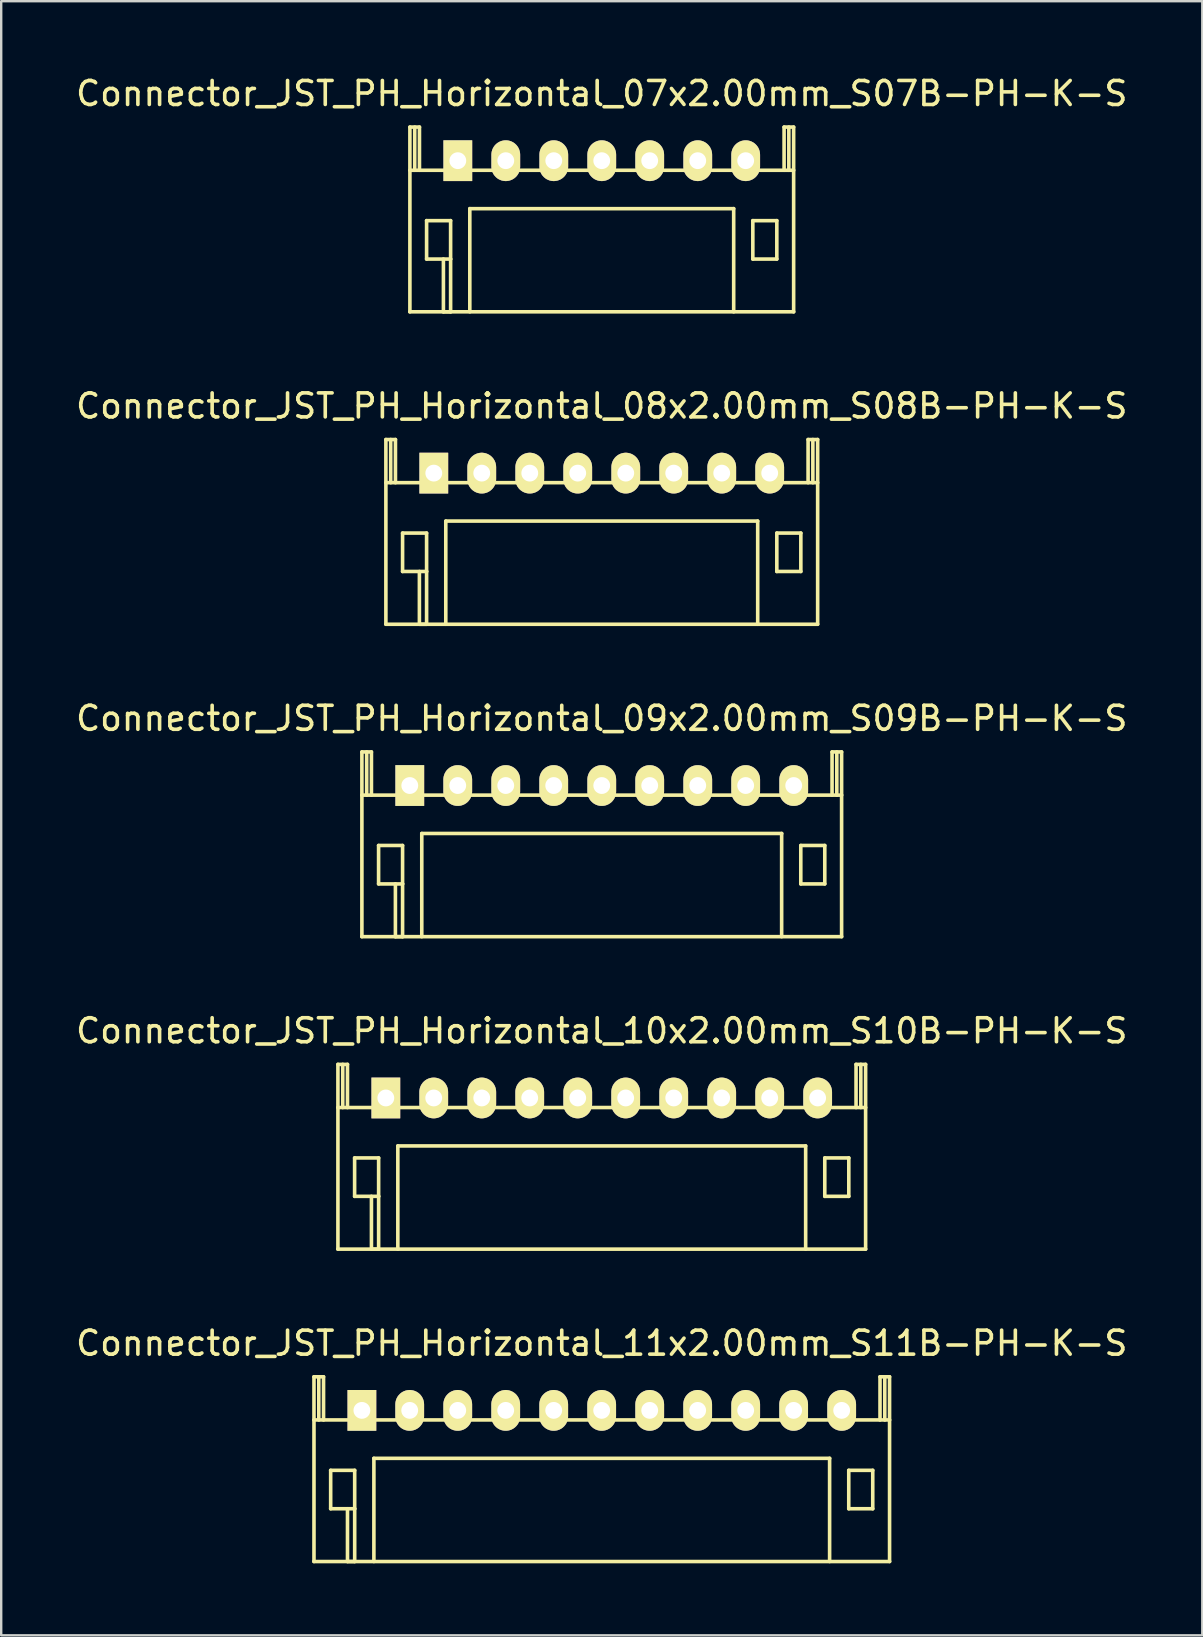
<source format=kicad_pcb>
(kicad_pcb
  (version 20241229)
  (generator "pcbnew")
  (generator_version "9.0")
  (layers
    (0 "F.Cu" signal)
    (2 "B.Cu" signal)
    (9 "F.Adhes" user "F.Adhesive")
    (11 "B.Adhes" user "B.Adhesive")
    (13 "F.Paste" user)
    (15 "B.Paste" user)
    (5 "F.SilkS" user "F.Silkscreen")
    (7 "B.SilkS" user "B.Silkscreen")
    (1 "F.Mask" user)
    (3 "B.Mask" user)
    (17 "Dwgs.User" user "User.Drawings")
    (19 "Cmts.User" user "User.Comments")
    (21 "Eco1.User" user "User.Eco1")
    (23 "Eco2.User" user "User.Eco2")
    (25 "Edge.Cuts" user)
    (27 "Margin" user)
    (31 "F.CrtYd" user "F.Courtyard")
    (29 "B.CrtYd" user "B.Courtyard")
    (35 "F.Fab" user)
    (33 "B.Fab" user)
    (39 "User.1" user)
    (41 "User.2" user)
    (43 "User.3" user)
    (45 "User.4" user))
  (footprint "Connector_JST_PH_Horizontal_09x2.00mm_S09B-PH-K-S"
    (layer "F.Cu")
    (at 14.03 29.69)
    (property "Reference" "Connector_JST_PH_Horizontal_09x2.00mm_S09B-PH-K-S" (at 8 -2.799 0) (layer "F.SilkS") (effects (font (size 1 1) (thickness 0.15))))
    (attr through_hole)
    (fp_line (start -2 0.399) (end 18 0.399) (stroke (width 0.15) (type solid)) (layer "F.SilkS"))
    (fp_line (start -1.997 -1.4) (end -1.997 6.299) (stroke (width 0.15) (type solid)) (layer "F.SilkS"))
    (fp_line (start -1.797 -1.4) (end -1.797 0.399) (stroke (width 0.15) (type solid)) (layer "F.SilkS"))
    (fp_line (start -1.599 -1.4) (end -1.997 -1.4) (stroke (width 0.15) (type solid)) (layer "F.SilkS"))
    (fp_line (start -1.599 0.399) (end -1.599 -1.4) (stroke (width 0.15) (type solid)) (layer "F.SilkS"))
    (fp_line (start -1.301 2.499) (end -0.301 2.499) (stroke (width 0.15) (type solid)) (layer "F.SilkS"))
    (fp_line (start -1.301 4.1) (end -1.301 2.499) (stroke (width 0.15) (type solid)) (layer "F.SilkS"))
    (fp_line (start -0.6 6.299) (end -0.6 4.1) (stroke (width 0.15) (type solid)) (layer "F.SilkS"))
    (fp_line (start -0.301 2.499) (end -0.301 4.1) (stroke (width 0.15) (type solid)) (layer "F.SilkS"))
    (fp_line (start -0.301 4.1) (end -1.301 4.1) (stroke (width 0.15) (type solid)) (layer "F.SilkS"))
    (fp_line (start -0.301 4.1) (end -0.301 6.299) (stroke (width 0.15) (type solid)) (layer "F.SilkS"))
    (fp_line (start -0.301 6.299) (end -0.6 6.299) (stroke (width 0.15) (type solid)) (layer "F.SilkS"))
    (fp_line (start 0.499 1.999) (end 0.499 6.299) (stroke (width 0.15) (type solid)) (layer "F.SilkS"))
    (fp_line (start 0.499 1.999) (end 15.501 1.999) (stroke (width 0.15) (type solid)) (layer "F.SilkS"))
    (fp_line (start 15.498 1.999) (end 15.498 6.299) (stroke (width 0.15) (type solid)) (layer "F.SilkS"))
    (fp_line (start 16.296 2.499) (end 17.296 2.499) (stroke (width 0.15) (type solid)) (layer "F.SilkS"))
    (fp_line (start 16.296 4.1) (end 16.296 2.499) (stroke (width 0.15) (type solid)) (layer "F.SilkS"))
    (fp_line (start 17.296 2.499) (end 17.296 4.1) (stroke (width 0.15) (type solid)) (layer "F.SilkS"))
    (fp_line (start 17.296 4.1) (end 16.296 4.1) (stroke (width 0.15) (type solid)) (layer "F.SilkS"))
    (fp_line (start 17.599 -1.4) (end 17.599 0.399) (stroke (width 0.15) (type solid)) (layer "F.SilkS"))
    (fp_line (start 17.797 -1.4) (end 17.797 0.399) (stroke (width 0.15) (type solid)) (layer "F.SilkS"))
    (fp_line (start 17.997 -1.4) (end 17.599 -1.4) (stroke (width 0.15) (type solid)) (layer "F.SilkS"))
    (fp_line (start 17.997 6.299) (end 17.997 -1.4) (stroke (width 0.15) (type solid)) (layer "F.SilkS"))
    (fp_line (start 18 6.299) (end -2 6.299) (stroke (width 0.15) (type solid)) (layer "F.SilkS"))
    (pad "1" thru_hole rect (at -0.001 0) (size 1.199 1.699) (drill 0.701) (layers "*.Cu" "*.Mask" "F.SilkS"))
    (pad "2" thru_hole oval (at 1.998 0) (size 1.199 1.699) (drill 0.701) (layers "*.Cu" "*.Mask" "F.SilkS"))
    (pad "3" thru_hole oval (at 3.999 0) (size 1.199 1.699) (drill 0.701) (layers "*.Cu" "*.Mask" "F.SilkS"))
    (pad "4" thru_hole oval (at 5.998 0) (size 1.199 1.699) (drill 0.701) (layers "*.Cu" "*.Mask" "F.SilkS"))
    (pad "5" thru_hole oval (at 8 0) (size 1.199 1.699) (drill 0.701) (layers "*.Cu" "*.Mask" "F.SilkS"))
    (pad "6" thru_hole oval (at 9.999 0) (size 1.199 1.699) (drill 0.701) (layers "*.Cu" "*.Mask" "F.SilkS"))
    (pad "7" thru_hole oval (at 12.001 0) (size 1.199 1.699) (drill 0.701) (layers "*.Cu" "*.Mask" "F.SilkS"))
    (pad "8" thru_hole oval (at 13.999 0) (size 1.199 1.699) (drill 0.701) (layers "*.Cu" "*.Mask" "F.SilkS"))
    (pad "9" thru_hole oval (at 16.001 0) (size 1.199 1.699) (drill 0.701) (layers "*.Cu" "*.Mask" "F.SilkS")))
  (footprint "Connector_JST_PH_Horizontal_10x2.00mm_S10B-PH-K-S"
    (layer "F.Cu")
    (at 13.03 42.712)
    (property "Reference" "Connector_JST_PH_Horizontal_10x2.00mm_S10B-PH-K-S" (at 9 -2.799 0) (layer "F.SilkS") (effects (font (size 1 1) (thickness 0.15))))
    (attr through_hole)
    (fp_line (start -2.001 0.399) (end 20.001 0.399) (stroke (width 0.15) (type solid)) (layer "F.SilkS"))
    (fp_line (start -2.001 6.299) (end 20.001 6.299) (stroke (width 0.15) (type solid)) (layer "F.SilkS"))
    (fp_line (start -1.996 -1.4) (end -1.996 6.299) (stroke (width 0.15) (type solid)) (layer "F.SilkS"))
    (fp_line (start -1.795 -1.4) (end -1.795 0.399) (stroke (width 0.15) (type solid)) (layer "F.SilkS"))
    (fp_line (start -1.597 -1.4) (end -1.996 -1.4) (stroke (width 0.15) (type solid)) (layer "F.SilkS"))
    (fp_line (start -1.597 0.399) (end -1.597 -1.4) (stroke (width 0.15) (type solid)) (layer "F.SilkS"))
    (fp_line (start -1.3 2.499) (end -0.299 2.499) (stroke (width 0.15) (type solid)) (layer "F.SilkS"))
    (fp_line (start -1.3 4.1) (end -1.3 2.499) (stroke (width 0.15) (type solid)) (layer "F.SilkS"))
    (fp_line (start -0.599 6.299) (end -0.599 4.1) (stroke (width 0.15) (type solid)) (layer "F.SilkS"))
    (fp_line (start -0.299 2.499) (end -0.299 4.1) (stroke (width 0.15) (type solid)) (layer "F.SilkS"))
    (fp_line (start -0.299 4.1) (end -1.3 4.1) (stroke (width 0.15) (type solid)) (layer "F.SilkS"))
    (fp_line (start -0.299 4.1) (end -0.299 6.299) (stroke (width 0.15) (type solid)) (layer "F.SilkS"))
    (fp_line (start -0.299 6.299) (end -0.599 6.299) (stroke (width 0.15) (type solid)) (layer "F.SilkS"))
    (fp_line (start 0.501 1.999) (end 0.501 6.299) (stroke (width 0.15) (type solid)) (layer "F.SilkS"))
    (fp_line (start 17.499 1.999) (end 0.501 1.999) (stroke (width 0.15) (type solid)) (layer "F.SilkS"))
    (fp_line (start 17.499 1.999) (end 17.499 6.299) (stroke (width 0.15) (type solid)) (layer "F.SilkS"))
    (fp_line (start 18.296 2.499) (end 19.297 2.499) (stroke (width 0.15) (type solid)) (layer "F.SilkS"))
    (fp_line (start 18.296 4.1) (end 18.296 2.499) (stroke (width 0.15) (type solid)) (layer "F.SilkS"))
    (fp_line (start 19.297 2.499) (end 19.297 4.1) (stroke (width 0.15) (type solid)) (layer "F.SilkS"))
    (fp_line (start 19.297 4.1) (end 18.296 4.1) (stroke (width 0.15) (type solid)) (layer "F.SilkS"))
    (fp_line (start 19.599 -1.4) (end 19.599 0.399) (stroke (width 0.15) (type solid)) (layer "F.SilkS"))
    (fp_line (start 19.798 -1.4) (end 19.798 0.399) (stroke (width 0.15) (type solid)) (layer "F.SilkS"))
    (fp_line (start 19.998 -1.4) (end 19.599 -1.4) (stroke (width 0.15) (type solid)) (layer "F.SilkS"))
    (fp_line (start 19.998 6.299) (end 19.998 -1.4) (stroke (width 0.15) (type solid)) (layer "F.SilkS"))
    (pad "1" thru_hole rect (at 0.001 0) (size 1.199 1.699) (drill 0.701) (layers "*.Cu" "*.Mask" "F.SilkS"))
    (pad "2" thru_hole oval (at 1.997 0) (size 1.199 1.699) (drill 0.701) (layers "*.Cu" "*.Mask" "F.SilkS"))
    (pad "3" thru_hole oval (at 3.999 0) (size 1.199 1.699) (drill 0.701) (layers "*.Cu" "*.Mask" "F.SilkS"))
    (pad "4" thru_hole oval (at 5.998 0) (size 1.199 1.699) (drill 0.701) (layers "*.Cu" "*.Mask" "F.SilkS"))
    (pad "5" thru_hole oval (at 7.999 0) (size 1.199 1.699) (drill 0.701) (layers "*.Cu" "*.Mask" "F.SilkS"))
    (pad "6" thru_hole oval (at 9.998 0) (size 1.199 1.699) (drill 0.701) (layers "*.Cu" "*.Mask" "F.SilkS"))
    (pad "7" thru_hole oval (at 12 0) (size 1.199 1.699) (drill 0.701) (layers "*.Cu" "*.Mask" "F.SilkS"))
    (pad "8" thru_hole oval (at 13.999 0) (size 1.199 1.699) (drill 0.701) (layers "*.Cu" "*.Mask" "F.SilkS"))
    (pad "9" thru_hole oval (at 16 0) (size 1.199 1.699) (drill 0.701) (layers "*.Cu" "*.Mask" "F.SilkS"))
    (pad "10" thru_hole oval (at 17.999 0) (size 1.199 1.699) (drill 0.701) (layers "*.Cu" "*.Mask" "F.SilkS")))
  (footprint "Connector_JST_PH_Horizontal_08x2.00mm_S08B-PH-K-S"
    (layer "F.Cu")
    (at 15.03 16.669)
    (property "Reference" "Connector_JST_PH_Horizontal_08x2.00mm_S08B-PH-K-S" (at 7 -2.799 0) (layer "F.SilkS") (effects (font (size 1 1) (thickness 0.15))))
    (attr through_hole)
    (fp_line (start -1.999 0.399) (end 15.999 0.399) (stroke (width 0.15) (type solid)) (layer "F.SilkS"))
    (fp_line (start -1.997 -1.4) (end -1.997 6.299) (stroke (width 0.15) (type solid)) (layer "F.SilkS"))
    (fp_line (start -1.796 -1.4) (end -1.796 0.399) (stroke (width 0.15) (type solid)) (layer "F.SilkS"))
    (fp_line (start -1.598 -1.4) (end -1.997 -1.4) (stroke (width 0.15) (type solid)) (layer "F.SilkS"))
    (fp_line (start -1.598 0.399) (end -1.598 -1.4) (stroke (width 0.15) (type solid)) (layer "F.SilkS"))
    (fp_line (start -1.301 2.499) (end -0.3 2.499) (stroke (width 0.15) (type solid)) (layer "F.SilkS"))
    (fp_line (start -1.301 4.1) (end -1.301 2.499) (stroke (width 0.15) (type solid)) (layer "F.SilkS"))
    (fp_line (start -0.6 6.299) (end -0.6 4.1) (stroke (width 0.15) (type solid)) (layer "F.SilkS"))
    (fp_line (start -0.3 2.499) (end -0.3 4.1) (stroke (width 0.15) (type solid)) (layer "F.SilkS"))
    (fp_line (start -0.3 4.1) (end -1.301 4.1) (stroke (width 0.15) (type solid)) (layer "F.SilkS"))
    (fp_line (start -0.3 4.1) (end -0.3 6.299) (stroke (width 0.15) (type solid)) (layer "F.SilkS"))
    (fp_line (start -0.3 6.299) (end -0.6 6.299) (stroke (width 0.15) (type solid)) (layer "F.SilkS"))
    (fp_line (start 0.5 1.999) (end 0.5 6.299) (stroke (width 0.15) (type solid)) (layer "F.SilkS"))
    (fp_line (start 0.5 1.999) (end 13.5 1.999) (stroke (width 0.15) (type solid)) (layer "F.SilkS"))
    (fp_line (start 13.5 1.999) (end 13.5 6.299) (stroke (width 0.15) (type solid)) (layer "F.SilkS"))
    (fp_line (start 14.297 2.499) (end 15.298 2.499) (stroke (width 0.15) (type solid)) (layer "F.SilkS"))
    (fp_line (start 14.297 4.1) (end 14.297 2.499) (stroke (width 0.15) (type solid)) (layer "F.SilkS"))
    (fp_line (start 15.298 2.499) (end 15.298 4.1) (stroke (width 0.15) (type solid)) (layer "F.SilkS"))
    (fp_line (start 15.298 4.1) (end 14.297 4.1) (stroke (width 0.15) (type solid)) (layer "F.SilkS"))
    (fp_line (start 15.6 -1.4) (end 15.6 0.399) (stroke (width 0.15) (type solid)) (layer "F.SilkS"))
    (fp_line (start 15.799 -1.4) (end 15.799 0.399) (stroke (width 0.15) (type solid)) (layer "F.SilkS"))
    (fp_line (start 15.999 -1.4) (end 15.6 -1.4) (stroke (width 0.15) (type solid)) (layer "F.SilkS"))
    (fp_line (start 15.999 6.299) (end -1.999 6.299) (stroke (width 0.15) (type solid)) (layer "F.SilkS"))
    (fp_line (start 15.999 6.299) (end 15.999 -1.4) (stroke (width 0.15) (type solid)) (layer "F.SilkS"))
    (pad "1" thru_hole rect (at -0.00024 0) (size 1.199 1.699) (drill 0.701) (layers "*.Cu" "*.Mask" "F.SilkS"))
    (pad "2" thru_hole oval (at 1.999 0) (size 1.199 1.699) (drill 0.701) (layers "*.Cu" "*.Mask" "F.SilkS"))
    (pad "3" thru_hole oval (at 4 0) (size 1.199 1.699) (drill 0.701) (layers "*.Cu" "*.Mask" "F.SilkS"))
    (pad "4" thru_hole oval (at 5.999 0) (size 1.199 1.699) (drill 0.701) (layers "*.Cu" "*.Mask" "F.SilkS"))
    (pad "5" thru_hole oval (at 8.001 0) (size 1.199 1.699) (drill 0.701) (layers "*.Cu" "*.Mask" "F.SilkS"))
    (pad "6" thru_hole oval (at 10 0) (size 1.199 1.699) (drill 0.701) (layers "*.Cu" "*.Mask" "F.SilkS"))
    (pad "7" thru_hole oval (at 12.001 0) (size 1.199 1.699) (drill 0.701) (layers "*.Cu" "*.Mask" "F.SilkS"))
    (pad "8" thru_hole oval (at 14 0) (size 1.199 1.699) (drill 0.701) (layers "*.Cu" "*.Mask" "F.SilkS")))
  (footprint "Connector_JST_PH_Horizontal_11x2.00mm_S11B-PH-K-S"
    (layer "F.Cu")
    (at 12.03 55.733)
    (property "Reference" "Connector_JST_PH_Horizontal_11x2.00mm_S11B-PH-K-S" (at 10 -2.799 0) (layer "F.SilkS") (effects (font (size 1 1) (thickness 0.15))))
    (attr through_hole)
    (fp_line (start -1.999 6.299) (end 21.999 6.299) (stroke (width 0.15) (type solid)) (layer "F.SilkS"))
    (fp_line (start -1.994 -1.4) (end -1.994 6.299) (stroke (width 0.15) (type solid)) (layer "F.SilkS"))
    (fp_line (start -1.793 -1.4) (end -1.793 0.399) (stroke (width 0.15) (type solid)) (layer "F.SilkS"))
    (fp_line (start -1.595 -1.4) (end -1.994 -1.4) (stroke (width 0.15) (type solid)) (layer "F.SilkS"))
    (fp_line (start -1.595 0.399) (end -1.595 -1.4) (stroke (width 0.15) (type solid)) (layer "F.SilkS"))
    (fp_line (start -1.298 2.499) (end -0.297 2.499) (stroke (width 0.15) (type solid)) (layer "F.SilkS"))
    (fp_line (start -1.298 4.1) (end -1.298 2.499) (stroke (width 0.15) (type solid)) (layer "F.SilkS"))
    (fp_line (start -0.597 6.299) (end -0.597 4.1) (stroke (width 0.15) (type solid)) (layer "F.SilkS"))
    (fp_line (start -0.297 2.499) (end -0.297 4.1) (stroke (width 0.15) (type solid)) (layer "F.SilkS"))
    (fp_line (start -0.297 4.1) (end -1.298 4.1) (stroke (width 0.15) (type solid)) (layer "F.SilkS"))
    (fp_line (start -0.297 4.1) (end -0.297 6.299) (stroke (width 0.15) (type solid)) (layer "F.SilkS"))
    (fp_line (start -0.297 6.299) (end -0.597 6.299) (stroke (width 0.15) (type solid)) (layer "F.SilkS"))
    (fp_line (start 0.5 1.999) (end 19.5 1.999) (stroke (width 0.15) (type solid)) (layer "F.SilkS"))
    (fp_line (start 0.503 1.999) (end 0.503 6.299) (stroke (width 0.15) (type solid)) (layer "F.SilkS"))
    (fp_line (start 19.497 1.999) (end 19.497 6.299) (stroke (width 0.15) (type solid)) (layer "F.SilkS"))
    (fp_line (start 20.295 2.499) (end 21.295 2.499) (stroke (width 0.15) (type solid)) (layer "F.SilkS"))
    (fp_line (start 20.295 4.1) (end 20.295 2.499) (stroke (width 0.15) (type solid)) (layer "F.SilkS"))
    (fp_line (start 21.295 2.499) (end 21.295 4.1) (stroke (width 0.15) (type solid)) (layer "F.SilkS"))
    (fp_line (start 21.295 4.1) (end 20.295 4.1) (stroke (width 0.15) (type solid)) (layer "F.SilkS"))
    (fp_line (start 21.598 -1.4) (end 21.598 0.399) (stroke (width 0.15) (type solid)) (layer "F.SilkS"))
    (fp_line (start 21.796 -1.4) (end 21.796 0.399) (stroke (width 0.15) (type solid)) (layer "F.SilkS"))
    (fp_line (start 21.996 -1.4) (end 21.598 -1.4) (stroke (width 0.15) (type solid)) (layer "F.SilkS"))
    (fp_line (start 21.996 6.299) (end 21.996 -1.4) (stroke (width 0.15) (type solid)) (layer "F.SilkS"))
    (fp_line (start 21.999 0.399) (end -1.999 0.399) (stroke (width 0.15) (type solid)) (layer "F.SilkS"))
    (pad "1" thru_hole rect (at 0.003 0) (size 1.199 1.699) (drill 0.701) (layers "*.Cu" "*.Mask" "F.SilkS"))
    (pad "2" thru_hole oval (at 1.996 0) (size 1.199 1.699) (drill 0.701) (layers "*.Cu" "*.Mask" "F.SilkS"))
    (pad "3" thru_hole oval (at 3.998 0) (size 1.199 1.699) (drill 0.701) (layers "*.Cu" "*.Mask" "F.SilkS"))
    (pad "4" thru_hole oval (at 5.997 0) (size 1.199 1.699) (drill 0.701) (layers "*.Cu" "*.Mask" "F.SilkS"))
    (pad "5" thru_hole oval (at 7.998 0) (size 1.199 1.699) (drill 0.701) (layers "*.Cu" "*.Mask" "F.SilkS"))
    (pad "6" thru_hole oval (at 9.997 0) (size 1.199 1.699) (drill 0.701) (layers "*.Cu" "*.Mask" "F.SilkS"))
    (pad "7" thru_hole oval (at 11.999 0) (size 1.199 1.699) (drill 0.701) (layers "*.Cu" "*.Mask" "F.SilkS"))
    (pad "8" thru_hole oval (at 13.998 0) (size 1.199 1.699) (drill 0.701) (layers "*.Cu" "*.Mask" "F.SilkS"))
    (pad "9" thru_hole oval (at 15.999 0) (size 1.199 1.699) (drill 0.701) (layers "*.Cu" "*.Mask" "F.SilkS"))
    (pad "10" thru_hole oval (at 17.998 0) (size 1.199 1.699) (drill 0.701) (layers "*.Cu" "*.Mask" "F.SilkS"))
    (pad "11" thru_hole oval (at 20 0) (size 1.199 1.699) (drill 0.701) (layers "*.Cu" "*.Mask" "F.SilkS")))
  (footprint "Connector_JST_PH_Horizontal_07x2.00mm_S07B-PH-K-S"
    (layer "F.Cu")
    (at 16.03 3.647)
    (property "Reference" "Connector_JST_PH_Horizontal_07x2.00mm_S07B-PH-K-S" (at 6 -2.799 0) (layer "F.SilkS") (effects (font (size 1 1) (thickness 0.15))))
    (attr through_hole)
    (fp_line (start -2.001 0.399) (end 14.001 0.399) (stroke (width 0.15) (type solid)) (layer "F.SilkS"))
    (fp_line (start -1.996 -1.4) (end -1.996 6.299) (stroke (width 0.15) (type solid)) (layer "F.SilkS"))
    (fp_line (start -1.795 -1.4) (end -1.795 0.399) (stroke (width 0.15) (type solid)) (layer "F.SilkS"))
    (fp_line (start -1.597 -1.4) (end -1.996 -1.4) (stroke (width 0.15) (type solid)) (layer "F.SilkS"))
    (fp_line (start -1.597 0.399) (end -1.597 -1.4) (stroke (width 0.15) (type solid)) (layer "F.SilkS"))
    (fp_line (start -1.3 2.499) (end -0.299 2.499) (stroke (width 0.15) (type solid)) (layer "F.SilkS"))
    (fp_line (start -1.3 4.1) (end -1.3 2.499) (stroke (width 0.15) (type solid)) (layer "F.SilkS"))
    (fp_line (start -0.599 6.299) (end -0.599 4.1) (stroke (width 0.15) (type solid)) (layer "F.SilkS"))
    (fp_line (start -0.299 2.499) (end -0.299 4.1) (stroke (width 0.15) (type solid)) (layer "F.SilkS"))
    (fp_line (start -0.299 4.1) (end -1.3 4.1) (stroke (width 0.15) (type solid)) (layer "F.SilkS"))
    (fp_line (start -0.299 4.1) (end -0.299 6.299) (stroke (width 0.15) (type solid)) (layer "F.SilkS"))
    (fp_line (start -0.299 6.299) (end -0.599 6.299) (stroke (width 0.15) (type solid)) (layer "F.SilkS"))
    (fp_line (start 0.501 1.999) (end 0.501 6.299) (stroke (width 0.15) (type solid)) (layer "F.SilkS"))
    (fp_line (start 0.501 1.999) (end 11.499 1.999) (stroke (width 0.15) (type solid)) (layer "F.SilkS"))
    (fp_line (start 11.499 1.999) (end 11.499 6.299) (stroke (width 0.15) (type solid)) (layer "F.SilkS"))
    (fp_line (start 12.297 2.499) (end 13.297 2.499) (stroke (width 0.15) (type solid)) (layer "F.SilkS"))
    (fp_line (start 12.297 4.1) (end 12.297 2.499) (stroke (width 0.15) (type solid)) (layer "F.SilkS"))
    (fp_line (start 13.297 2.499) (end 13.297 4.1) (stroke (width 0.15) (type solid)) (layer "F.SilkS"))
    (fp_line (start 13.297 4.1) (end 12.297 4.1) (stroke (width 0.15) (type solid)) (layer "F.SilkS"))
    (fp_line (start 13.6 -1.4) (end 13.6 0.399) (stroke (width 0.15) (type solid)) (layer "F.SilkS"))
    (fp_line (start 13.798 -1.4) (end 13.798 0.399) (stroke (width 0.15) (type solid)) (layer "F.SilkS"))
    (fp_line (start 13.998 -1.4) (end 13.6 -1.4) (stroke (width 0.15) (type solid)) (layer "F.SilkS"))
    (fp_line (start 13.998 6.299) (end 13.998 -1.4) (stroke (width 0.15) (type solid)) (layer "F.SilkS"))
    (fp_line (start 14.001 6.299) (end -2.001 6.299) (stroke (width 0.15) (type solid)) (layer "F.SilkS"))
    (pad "1" thru_hole rect (at 0.001 0) (size 1.199 1.699) (drill 0.701) (layers "*.Cu" "*.Mask" "F.SilkS"))
    (pad "2" thru_hole oval (at 2 0) (size 1.199 1.699) (drill 0.701) (layers "*.Cu" "*.Mask" "F.SilkS"))
    (pad "3" thru_hole oval (at 4.001 0) (size 1.199 1.699) (drill 0.701) (layers "*.Cu" "*.Mask" "F.SilkS"))
    (pad "4" thru_hole oval (at 6 0) (size 1.199 1.699) (drill 0.701) (layers "*.Cu" "*.Mask" "F.SilkS"))
    (pad "5" thru_hole oval (at 7.999 0) (size 1.199 1.699) (drill 0.701) (layers "*.Cu" "*.Mask" "F.SilkS"))
    (pad "6" thru_hole oval (at 10.001 0) (size 1.199 1.699) (drill 0.701) (layers "*.Cu" "*.Mask" "F.SilkS"))
    (pad "7" thru_hole oval (at 11.999 0) (size 1.199 1.699) (drill 0.701) (layers "*.Cu" "*.Mask" "F.SilkS")))
  (gr_rect
    (start -3 -3)
    (end 47.06 65.108)
    (stroke (width 0.1) (type default))
    (fill no)
    (layer "Edge.Cuts")))
</source>
